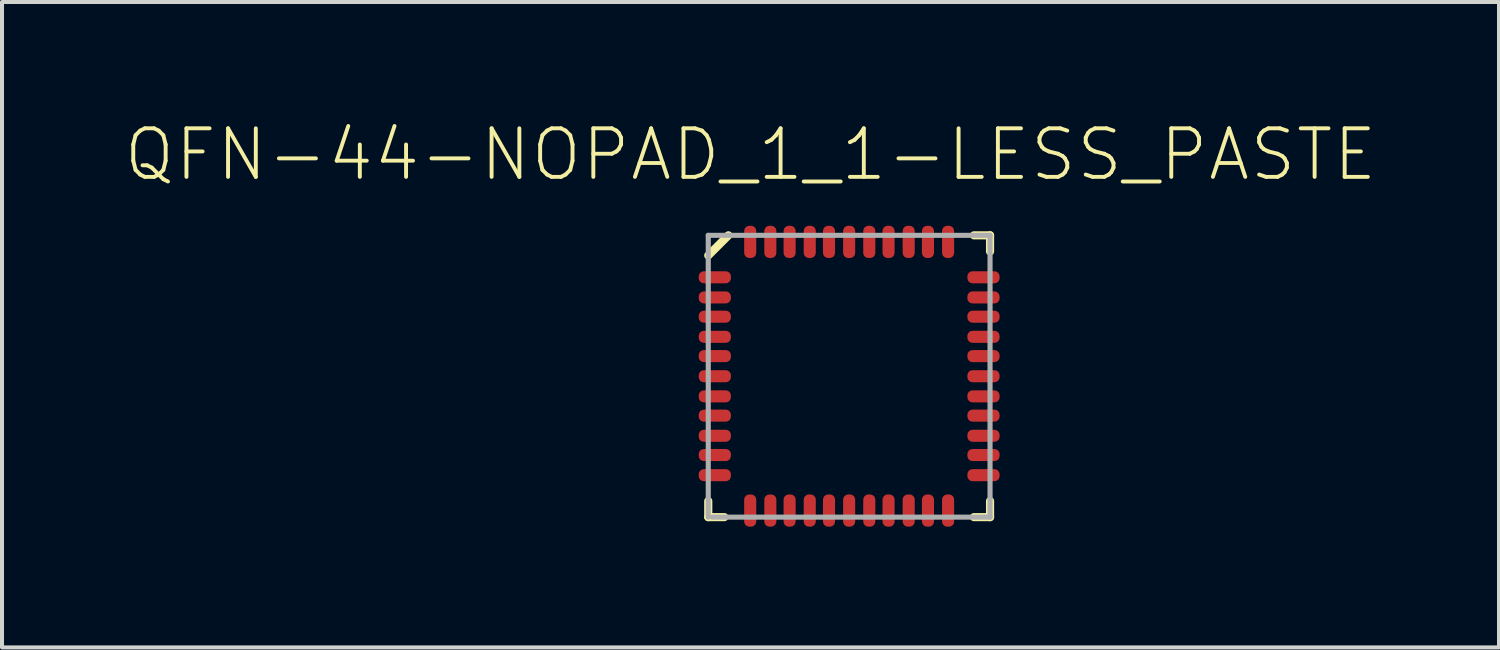
<source format=kicad_pcb>
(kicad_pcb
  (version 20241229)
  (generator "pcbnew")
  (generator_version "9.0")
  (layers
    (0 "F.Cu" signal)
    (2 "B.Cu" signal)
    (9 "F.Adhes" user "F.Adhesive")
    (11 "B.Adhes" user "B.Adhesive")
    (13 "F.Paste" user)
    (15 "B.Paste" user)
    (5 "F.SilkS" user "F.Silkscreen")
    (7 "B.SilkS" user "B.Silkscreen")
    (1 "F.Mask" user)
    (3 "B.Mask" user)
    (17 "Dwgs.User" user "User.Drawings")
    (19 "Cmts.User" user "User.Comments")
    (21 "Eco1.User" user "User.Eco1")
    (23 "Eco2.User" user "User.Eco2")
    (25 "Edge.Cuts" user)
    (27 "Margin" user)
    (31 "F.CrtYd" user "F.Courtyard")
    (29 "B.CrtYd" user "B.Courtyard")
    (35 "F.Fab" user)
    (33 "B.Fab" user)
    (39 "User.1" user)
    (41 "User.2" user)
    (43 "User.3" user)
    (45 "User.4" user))
  (footprint "QFN-44-NOPAD_1_1-LESS_PASTE"
    (layer "F.Cu")
    (at 18.044 6.296)
    (property "Reference" "QFN-44-NOPAD_1_1-LESS_PASTE" (at -2.45 -4.8 180) (layer "F.SilkS") (effects (font (size 1.206 1.206) (thickness 0.097)) (justify bottom)))
    (attr through_hole)
    (fp_line (start -3.5 3.5) (end -3.5 3.1) (stroke (width 0.203) (type solid)) (layer "F.SilkS"))
    (fp_line (start -3.1 3.5) (end -3.5 3.5) (stroke (width 0.203) (type solid)) (layer "F.SilkS"))
    (fp_line (start -3 -3.5) (end -3.5 -3) (stroke (width 0.203) (type solid)) (layer "F.SilkS"))
    (fp_line (start 3.1 3.5) (end 3.5 3.5) (stroke (width 0.203) (type solid)) (layer "F.SilkS"))
    (fp_line (start 3.5 -3.5) (end 3.1 -3.5) (stroke (width 0.203) (type solid)) (layer "F.SilkS"))
    (fp_line (start 3.5 -3.1) (end 3.5 -3.5) (stroke (width 0.203) (type solid)) (layer "F.SilkS"))
    (fp_line (start 3.5 3.1) (end 3.5 3.5) (stroke (width 0.203) (type solid)) (layer "F.SilkS"))
    (fp_poly (pts (xy -3.15 -2.343) (xy -3.15 -2.572) (xy -3.696 -2.572) (xy -3.696 -2.343)) (stroke (width 0) (type solid)) (fill yes) (layer "F.Paste"))
    (fp_poly (pts (xy -3.15 -1.841) (xy -3.15 -2.07) (xy -3.696 -2.07) (xy -3.696 -1.841)) (stroke (width 0) (type solid)) (fill yes) (layer "F.Paste"))
    (fp_poly (pts (xy -3.15 -1.365) (xy -3.15 -1.594) (xy -3.696 -1.594) (xy -3.696 -1.365)) (stroke (width 0) (type solid)) (fill yes) (layer "F.Paste"))
    (fp_poly (pts (xy -3.15 -0.864) (xy -3.15 -1.092) (xy -3.696 -1.092) (xy -3.696 -0.864)) (stroke (width 0) (type solid)) (fill yes) (layer "F.Paste"))
    (fp_poly (pts (xy -3.15 -0.387) (xy -3.15 -0.616) (xy -3.696 -0.616) (xy -3.696 -0.387)) (stroke (width 0) (type solid)) (fill yes) (layer "F.Paste"))
    (fp_poly (pts (xy -3.15 0.114) (xy -3.15 -0.114) (xy -3.696 -0.114) (xy -3.696 0.114)) (stroke (width 0) (type solid)) (fill yes) (layer "F.Paste"))
    (fp_poly (pts (xy -3.15 0.616) (xy -3.15 0.387) (xy -3.696 0.387) (xy -3.696 0.616)) (stroke (width 0) (type solid)) (fill yes) (layer "F.Paste"))
    (fp_poly (pts (xy -3.15 1.092) (xy -3.15 0.864) (xy -3.696 0.864) (xy -3.696 1.092)) (stroke (width 0) (type solid)) (fill yes) (layer "F.Paste"))
    (fp_poly (pts (xy -3.15 1.594) (xy -3.15 1.365) (xy -3.696 1.365) (xy -3.696 1.594)) (stroke (width 0) (type solid)) (fill yes) (layer "F.Paste"))
    (fp_poly (pts (xy -3.15 2.07) (xy -3.15 1.841) (xy -3.696 1.841) (xy -3.696 2.07)) (stroke (width 0) (type solid)) (fill yes) (layer "F.Paste"))
    (fp_poly (pts (xy -3.15 2.572) (xy -3.15 2.343) (xy -3.696 2.343) (xy -3.696 2.572)) (stroke (width 0) (type solid)) (fill yes) (layer "F.Paste"))
    (fp_poly (pts (xy -2.572 -3.15) (xy -2.343 -3.15) (xy -2.343 -3.696) (xy -2.572 -3.696)) (stroke (width 0) (type solid)) (fill yes) (layer "F.Paste"))
    (fp_poly (pts (xy -2.343 3.15) (xy -2.572 3.15) (xy -2.572 3.696) (xy -2.343 3.696)) (stroke (width 0) (type solid)) (fill yes) (layer "F.Paste"))
    (fp_poly (pts (xy -2.07 -3.15) (xy -1.841 -3.15) (xy -1.841 -3.696) (xy -2.07 -3.696)) (stroke (width 0) (type solid)) (fill yes) (layer "F.Paste"))
    (fp_poly (pts (xy -1.841 3.15) (xy -2.07 3.15) (xy -2.07 3.696) (xy -1.841 3.696)) (stroke (width 0) (type solid)) (fill yes) (layer "F.Paste"))
    (fp_poly (pts (xy -1.594 -3.15) (xy -1.365 -3.15) (xy -1.365 -3.696) (xy -1.594 -3.696)) (stroke (width 0) (type solid)) (fill yes) (layer "F.Paste"))
    (fp_poly (pts (xy -1.365 3.15) (xy -1.594 3.15) (xy -1.594 3.696) (xy -1.365 3.696)) (stroke (width 0) (type solid)) (fill yes) (layer "F.Paste"))
    (fp_poly (pts (xy -1.092 -3.15) (xy -0.864 -3.15) (xy -0.864 -3.696) (xy -1.092 -3.696)) (stroke (width 0) (type solid)) (fill yes) (layer "F.Paste"))
    (fp_poly (pts (xy -0.864 3.15) (xy -1.092 3.15) (xy -1.092 3.696) (xy -0.864 3.696)) (stroke (width 0) (type solid)) (fill yes) (layer "F.Paste"))
    (fp_poly (pts (xy -0.616 -3.15) (xy -0.387 -3.15) (xy -0.387 -3.696) (xy -0.616 -3.696)) (stroke (width 0) (type solid)) (fill yes) (layer "F.Paste"))
    (fp_poly (pts (xy -0.387 3.15) (xy -0.616 3.15) (xy -0.616 3.696) (xy -0.387 3.696)) (stroke (width 0) (type solid)) (fill yes) (layer "F.Paste"))
    (fp_poly (pts (xy -0.114 -3.15) (xy 0.114 -3.15) (xy 0.114 -3.696) (xy -0.114 -3.696)) (stroke (width 0) (type solid)) (fill yes) (layer "F.Paste"))
    (fp_poly (pts (xy 0.114 3.15) (xy -0.114 3.15) (xy -0.114 3.696) (xy 0.114 3.696)) (stroke (width 0) (type solid)) (fill yes) (layer "F.Paste"))
    (fp_poly (pts (xy 0.387 -3.15) (xy 0.616 -3.15) (xy 0.616 -3.696) (xy 0.387 -3.696)) (stroke (width 0) (type solid)) (fill yes) (layer "F.Paste"))
    (fp_poly (pts (xy 0.616 3.15) (xy 0.387 3.15) (xy 0.387 3.696) (xy 0.616 3.696)) (stroke (width 0) (type solid)) (fill yes) (layer "F.Paste"))
    (fp_poly (pts (xy 0.864 -3.15) (xy 1.092 -3.15) (xy 1.092 -3.696) (xy 0.864 -3.696)) (stroke (width 0) (type solid)) (fill yes) (layer "F.Paste"))
    (fp_poly (pts (xy 1.092 3.15) (xy 0.864 3.15) (xy 0.864 3.696) (xy 1.092 3.696)) (stroke (width 0) (type solid)) (fill yes) (layer "F.Paste"))
    (fp_poly (pts (xy 1.365 -3.15) (xy 1.594 -3.15) (xy 1.594 -3.696) (xy 1.365 -3.696)) (stroke (width 0) (type solid)) (fill yes) (layer "F.Paste"))
    (fp_poly (pts (xy 1.594 3.15) (xy 1.365 3.15) (xy 1.365 3.696) (xy 1.594 3.696)) (stroke (width 0) (type solid)) (fill yes) (layer "F.Paste"))
    (fp_poly (pts (xy 1.841 -3.15) (xy 2.07 -3.15) (xy 2.07 -3.696) (xy 1.841 -3.696)) (stroke (width 0) (type solid)) (fill yes) (layer "F.Paste"))
    (fp_poly (pts (xy 2.07 3.15) (xy 1.841 3.15) (xy 1.841 3.696) (xy 2.07 3.696)) (stroke (width 0) (type solid)) (fill yes) (layer "F.Paste"))
    (fp_poly (pts (xy 2.343 -3.15) (xy 2.572 -3.15) (xy 2.572 -3.696) (xy 2.343 -3.696)) (stroke (width 0) (type solid)) (fill yes) (layer "F.Paste"))
    (fp_poly (pts (xy 2.572 3.15) (xy 2.343 3.15) (xy 2.343 3.696) (xy 2.572 3.696)) (stroke (width 0) (type solid)) (fill yes) (layer "F.Paste"))
    (fp_poly (pts (xy 3.15 -2.572) (xy 3.15 -2.343) (xy 3.696 -2.343) (xy 3.696 -2.572)) (stroke (width 0) (type solid)) (fill yes) (layer "F.Paste"))
    (fp_poly (pts (xy 3.15 -2.07) (xy 3.15 -1.841) (xy 3.696 -1.841) (xy 3.696 -2.07)) (stroke (width 0) (type solid)) (fill yes) (layer "F.Paste"))
    (fp_poly (pts (xy 3.15 -1.594) (xy 3.15 -1.365) (xy 3.696 -1.365) (xy 3.696 -1.594)) (stroke (width 0) (type solid)) (fill yes) (layer "F.Paste"))
    (fp_poly (pts (xy 3.15 -1.092) (xy 3.15 -0.864) (xy 3.696 -0.864) (xy 3.696 -1.092)) (stroke (width 0) (type solid)) (fill yes) (layer "F.Paste"))
    (fp_poly (pts (xy 3.15 -0.616) (xy 3.15 -0.387) (xy 3.696 -0.387) (xy 3.696 -0.616)) (stroke (width 0) (type solid)) (fill yes) (layer "F.Paste"))
    (fp_poly (pts (xy 3.15 -0.114) (xy 3.15 0.114) (xy 3.696 0.114) (xy 3.696 -0.114)) (stroke (width 0) (type solid)) (fill yes) (layer "F.Paste"))
    (fp_poly (pts (xy 3.15 0.387) (xy 3.15 0.616) (xy 3.696 0.616) (xy 3.696 0.387)) (stroke (width 0) (type solid)) (fill yes) (layer "F.Paste"))
    (fp_poly (pts (xy 3.15 0.864) (xy 3.15 1.092) (xy 3.696 1.092) (xy 3.696 0.864)) (stroke (width 0) (type solid)) (fill yes) (layer "F.Paste"))
    (fp_poly (pts (xy 3.15 1.365) (xy 3.15 1.594) (xy 3.696 1.594) (xy 3.696 1.365)) (stroke (width 0) (type solid)) (fill yes) (layer "F.Paste"))
    (fp_poly (pts (xy 3.15 1.841) (xy 3.15 2.07) (xy 3.696 2.07) (xy 3.696 1.841)) (stroke (width 0) (type solid)) (fill yes) (layer "F.Paste"))
    (fp_poly (pts (xy 3.15 2.343) (xy 3.15 2.572) (xy 3.696 2.572) (xy 3.696 2.343)) (stroke (width 0) (type solid)) (fill yes) (layer "F.Paste"))
    (fp_line (start -3.5 -3.5) (end -3.5 3.5) (stroke (width 0.127) (type solid)) (layer "F.Fab"))
    (fp_line (start -3.4 3.5) (end 3.5 3.5) (stroke (width 0.127) (type solid)) (layer "F.Fab"))
    (fp_line (start 3.5 -3.5) (end -3.5 -3.5) (stroke (width 0.127) (type solid)) (layer "F.Fab"))
    (fp_line (start 3.5 3.5) (end 3.5 -3.5) (stroke (width 0.127) (type solid)) (layer "F.Fab"))
    (pad "1" smd roundrect (at -3.337 -2.458 180) (size 0.8 0.3) (layers "F.Cu" "F.Mask") (roundrect_rratio 0.425))
    (pad "2" smd roundrect (at -3.337 -1.958 180) (size 0.8 0.3) (layers "F.Cu" "F.Mask") (roundrect_rratio 0.425))
    (pad "3" smd roundrect (at -3.337 -1.479 180) (size 0.8 0.3) (layers "F.Cu" "F.Mask") (roundrect_rratio 0.425))
    (pad "4" smd roundrect (at -3.337 -0.979 180) (size 0.8 0.3) (layers "F.Cu" "F.Mask") (roundrect_rratio 0.425))
    (pad "5" smd roundrect (at -3.337 -0.5 180) (size 0.8 0.3) (layers "F.Cu" "F.Mask") (roundrect_rratio 0.425))
    (pad "6" smd roundrect (at -3.337 0 180) (size 0.8 0.3) (layers "F.Cu" "F.Mask") (roundrect_rratio 0.425))
    (pad "7" smd roundrect (at -3.337 0.5) (size 0.8 0.3) (layers "F.Cu" "F.Mask") (roundrect_rratio 0.425))
    (pad "8" smd roundrect (at -3.337 0.979) (size 0.8 0.3) (layers "F.Cu" "F.Mask") (roundrect_rratio 0.425))
    (pad "9" smd roundrect (at -3.337 1.479) (size 0.8 0.3) (layers "F.Cu" "F.Mask") (roundrect_rratio 0.425))
    (pad "10" smd roundrect (at -3.337 1.958) (size 0.8 0.3) (layers "F.Cu" "F.Mask") (roundrect_rratio 0.425))
    (pad "11" smd roundrect (at -3.337 2.458) (size 0.8 0.3) (layers "F.Cu" "F.Mask") (roundrect_rratio 0.425))
    (pad "12" smd roundrect (at -2.458 3.337 270) (size 0.8 0.3) (layers "F.Cu" "F.Mask") (roundrect_rratio 0.425))
    (pad "13" smd roundrect (at -1.958 3.337 270) (size 0.8 0.3) (layers "F.Cu" "F.Mask") (roundrect_rratio 0.425))
    (pad "14" smd roundrect (at -1.479 3.337 270) (size 0.8 0.3) (layers "F.Cu" "F.Mask") (roundrect_rratio 0.425))
    (pad "15" smd roundrect (at -0.979 3.337 270) (size 0.8 0.3) (layers "F.Cu" "F.Mask") (roundrect_rratio 0.425))
    (pad "16" smd roundrect (at -0.5 3.337 270) (size 0.8 0.3) (layers "F.Cu" "F.Mask") (roundrect_rratio 0.425))
    (pad "17" smd roundrect (at 0 3.337 270) (size 0.8 0.3) (layers "F.Cu" "F.Mask") (roundrect_rratio 0.425))
    (pad "18" smd roundrect (at 0.5 3.337 90) (size 0.8 0.3) (layers "F.Cu" "F.Mask") (roundrect_rratio 0.425))
    (pad "19" smd roundrect (at 0.979 3.337 90) (size 0.8 0.3) (layers "F.Cu" "F.Mask") (roundrect_rratio 0.425))
    (pad "20" smd roundrect (at 1.479 3.337 90) (size 0.8 0.3) (layers "F.Cu" "F.Mask") (roundrect_rratio 0.425))
    (pad "21" smd roundrect (at 1.958 3.337 90) (size 0.8 0.3) (layers "F.Cu" "F.Mask") (roundrect_rratio 0.425))
    (pad "22" smd roundrect (at 2.458 3.337 90) (size 0.8 0.3) (layers "F.Cu" "F.Mask") (roundrect_rratio 0.425))
    (pad "23" smd roundrect (at 3.337 2.458) (size 0.8 0.3) (layers "F.Cu" "F.Mask") (roundrect_rratio 0.425))
    (pad "24" smd roundrect (at 3.337 1.958) (size 0.8 0.3) (layers "F.Cu" "F.Mask") (roundrect_rratio 0.425))
    (pad "25" smd roundrect (at 3.337 1.479) (size 0.8 0.3) (layers "F.Cu" "F.Mask") (roundrect_rratio 0.425))
    (pad "26" smd roundrect (at 3.337 0.979) (size 0.8 0.3) (layers "F.Cu" "F.Mask") (roundrect_rratio 0.425))
    (pad "27" smd roundrect (at 3.337 0.5) (size 0.8 0.3) (layers "F.Cu" "F.Mask") (roundrect_rratio 0.425))
    (pad "28" smd roundrect (at 3.337 0) (size 0.8 0.3) (layers "F.Cu" "F.Mask") (roundrect_rratio 0.425))
    (pad "29" smd roundrect (at 3.337 -0.5 180) (size 0.8 0.3) (layers "F.Cu" "F.Mask") (roundrect_rratio 0.425))
    (pad "30" smd roundrect (at 3.337 -0.979 180) (size 0.8 0.3) (layers "F.Cu" "F.Mask") (roundrect_rratio 0.425))
    (pad "31" smd roundrect (at 3.337 -1.479 180) (size 0.8 0.3) (layers "F.Cu" "F.Mask") (roundrect_rratio 0.425))
    (pad "32" smd roundrect (at 3.337 -1.958 180) (size 0.8 0.3) (layers "F.Cu" "F.Mask") (roundrect_rratio 0.425))
    (pad "33" smd roundrect (at 3.337 -2.458 180) (size 0.8 0.3) (layers "F.Cu" "F.Mask") (roundrect_rratio 0.425))
    (pad "34" smd roundrect (at 2.458 -3.337 90) (size 0.8 0.3) (layers "F.Cu" "F.Mask") (roundrect_rratio 0.425))
    (pad "35" smd roundrect (at 1.958 -3.337 90) (size 0.8 0.3) (layers "F.Cu" "F.Mask") (roundrect_rratio 0.425))
    (pad "36" smd roundrect (at 1.479 -3.337 90) (size 0.8 0.3) (layers "F.Cu" "F.Mask") (roundrect_rratio 0.425))
    (pad "37" smd roundrect (at 0.979 -3.337 90) (size 0.8 0.3) (layers "F.Cu" "F.Mask") (roundrect_rratio 0.425))
    (pad "38" smd roundrect (at 0.5 -3.337 90) (size 0.8 0.3) (layers "F.Cu" "F.Mask") (roundrect_rratio 0.425))
    (pad "39" smd roundrect (at 0 -3.337 90) (size 0.8 0.3) (layers "F.Cu" "F.Mask") (roundrect_rratio 0.425))
    (pad "40" smd roundrect (at -0.5 -3.337 270) (size 0.8 0.3) (layers "F.Cu" "F.Mask") (roundrect_rratio 0.425))
    (pad "41" smd roundrect (at -0.979 -3.337 270) (size 0.8 0.3) (layers "F.Cu" "F.Mask") (roundrect_rratio 0.425))
    (pad "42" smd roundrect (at -1.479 -3.337 270) (size 0.8 0.3) (layers "F.Cu" "F.Mask") (roundrect_rratio 0.425))
    (pad "43" smd roundrect (at -1.958 -3.337 270) (size 0.8 0.3) (layers "F.Cu" "F.Mask") (roundrect_rratio 0.425))
    (pad "44" smd roundrect (at -2.458 -3.337 270) (size 0.8 0.3) (layers "F.Cu" "F.Mask") (roundrect_rratio 0.425)))
  (gr_rect
    (start -3 -3)
    (end 34.187 13.033)
    (stroke (width 0.1) (type default))
    (fill no)
    (layer "Edge.Cuts")))
</source>
